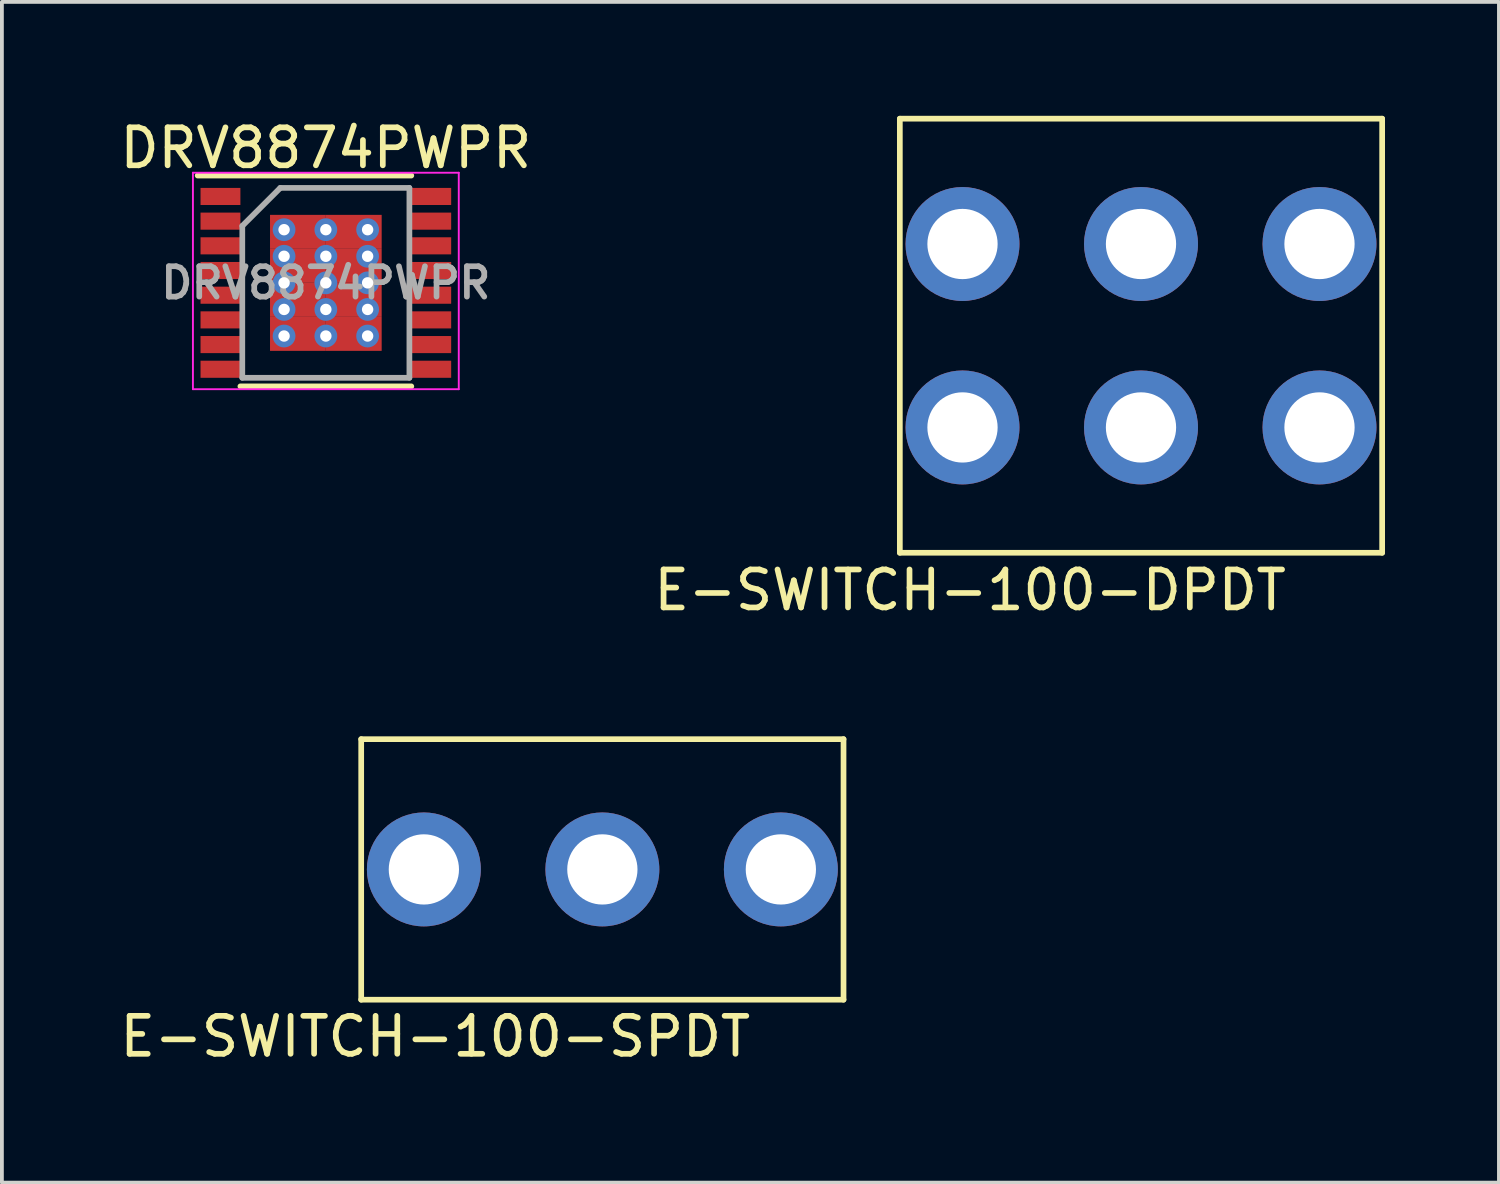
<source format=kicad_pcb>
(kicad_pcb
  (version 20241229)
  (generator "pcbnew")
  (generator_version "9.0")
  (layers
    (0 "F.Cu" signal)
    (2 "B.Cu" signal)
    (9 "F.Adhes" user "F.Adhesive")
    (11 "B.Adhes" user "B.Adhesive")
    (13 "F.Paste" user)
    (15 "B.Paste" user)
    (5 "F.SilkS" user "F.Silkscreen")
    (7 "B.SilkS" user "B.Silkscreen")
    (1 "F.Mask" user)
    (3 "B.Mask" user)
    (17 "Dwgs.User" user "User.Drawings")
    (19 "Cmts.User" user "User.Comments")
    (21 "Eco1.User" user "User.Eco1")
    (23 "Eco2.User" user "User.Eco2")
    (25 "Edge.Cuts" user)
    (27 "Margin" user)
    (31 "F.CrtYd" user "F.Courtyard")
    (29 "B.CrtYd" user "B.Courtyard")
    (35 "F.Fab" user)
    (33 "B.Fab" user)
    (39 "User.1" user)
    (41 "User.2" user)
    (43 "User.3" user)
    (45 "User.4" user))
  (footprint "E-SWITCH-100-DPDT"
    (layer "F.Cu")
    (at 26.994 5.79)
    (property "Reference" "E-SWITCH-100-DPDT" (at -4.5 6.7 0) (layer "F.SilkS") (effects (font (size 1 1) (thickness 0.15))))
    (attr through_hole)
    (fp_line (start -6.35 -5.715) (end -6.35 5.715) (stroke (width 0.15) (type solid)) (layer "F.SilkS"))
    (fp_line (start -6.35 -5.715) (end 6.35 -5.715) (stroke (width 0.15) (type solid)) (layer "F.SilkS"))
    (fp_line (start -6.35 5.715) (end 6.35 5.715) (stroke (width 0.15) (type solid)) (layer "F.SilkS"))
    (fp_line (start 6.35 -5.715) (end 6.35 5.715) (stroke (width 0.15) (type solid)) (layer "F.SilkS"))
    (pad "1" thru_hole circle (at -4.7 -2.415) (size 3 3) (drill 1.85) (layers "*.Cu" "*.Mask"))
    (pad "2" thru_hole circle (at 0 -2.415) (size 3 3) (drill 1.85) (layers "*.Cu" "*.Mask"))
    (pad "3" thru_hole circle (at 4.7 -2.415) (size 3 3) (drill 1.85) (layers "*.Cu" "*.Mask"))
    (pad "4" thru_hole circle (at -4.7 2.415) (size 3 3) (drill 1.85) (layers "*.Cu" "*.Mask"))
    (pad "5" thru_hole circle (at 0 2.415) (size 3 3) (drill 1.85) (layers "*.Cu" "*.Mask"))
    (pad "6" thru_hole circle (at 4.7 2.415) (size 3 3) (drill 1.85) (layers "*.Cu" "*.Mask")))
  (footprint "E-SWITCH-100-SPDT"
    (layer "F.Cu")
    (at 12.811 19.843)
    (property "Reference" "E-SWITCH-100-SPDT" (at -4.4 4.4 0) (layer "F.SilkS") (effects (font (size 1 1) (thickness 0.15))))
    (attr through_hole)
    (fp_line (start -6.35 -3.43) (end -6.35 3.43) (stroke (width 0.15) (type solid)) (layer "F.SilkS"))
    (fp_line (start -6.35 -3.43) (end 6.35 -3.43) (stroke (width 0.15) (type solid)) (layer "F.SilkS"))
    (fp_line (start -6.35 3.43) (end 6.35 3.43) (stroke (width 0.15) (type solid)) (layer "F.SilkS"))
    (fp_line (start 6.35 -3.43) (end 6.35 3.43) (stroke (width 0.15) (type solid)) (layer "F.SilkS"))
    (pad "1" thru_hole circle (at -4.7 0) (size 3 3) (drill 1.85) (layers "*.Cu" "*.Mask"))
    (pad "2" thru_hole circle (at 0 0) (size 3 3) (drill 1.85) (layers "*.Cu" "*.Mask"))
    (pad "3" thru_hole circle (at 4.7 0) (size 3 3) (drill 1.85) (layers "*.Cu" "*.Mask")))
  (footprint "DRV8874PWPR"
    (layer "F.Cu")
    (at 5.53 4.398)
    (property "Reference" "DRV8874PWPR" (at 0 -3.55 0) (layer "F.SilkS") (effects (font (size 1 1) (thickness 0.15))))
    (attr smd)
    (fp_line (start -3.375 -2.825) (end 2.25 -2.825) (stroke (width 0.15) (type solid)) (layer "F.SilkS"))
    (fp_line (start -2.25 2.725) (end 2.25 2.725) (stroke (width 0.15) (type solid)) (layer "F.SilkS"))
    (fp_line (start -3.5 -2.9) (end -3.5 2.8) (stroke (width 0.05) (type solid)) (layer "F.CrtYd"))
    (fp_line (start -3.5 -2.9) (end 3.5 -2.9) (stroke (width 0.05) (type solid)) (layer "F.CrtYd"))
    (fp_line (start -3.5 2.8) (end 3.5 2.8) (stroke (width 0.05) (type solid)) (layer "F.CrtYd"))
    (fp_line (start 3.5 -2.9) (end 3.5 2.8) (stroke (width 0.05) (type solid)) (layer "F.CrtYd"))
    (fp_line (start -2.2 -1.5) (end -1.2 -2.5) (stroke (width 0.15) (type solid)) (layer "F.Fab"))
    (fp_line (start -2.2 2.5) (end -2.2 -1.5) (stroke (width 0.15) (type solid)) (layer "F.Fab"))
    (fp_line (start -1.2 -2.5) (end 2.2 -2.5) (stroke (width 0.15) (type solid)) (layer "F.Fab"))
    (fp_line (start 2.2 -2.5) (end 2.2 2.5) (stroke (width 0.15) (type solid)) (layer "F.Fab"))
    (fp_line (start 2.2 2.5) (end -2.2 2.5) (stroke (width 0.15) (type solid)) (layer "F.Fab"))
    (fp_text user "${REFERENCE}" (at 0 0 0) (layer "F.Fab") (effects (font (size 0.8 0.8) (thickness 0.15))))
    (pad "1" smd rect (at -2.775 -2.275) (size 1.05 0.45) (layers "F.Cu" "F.Mask" "F.Paste"))
    (pad "2" smd rect (at -2.775 -1.625) (size 1.05 0.45) (layers "F.Cu" "F.Mask" "F.Paste"))
    (pad "3" smd rect (at -2.775 -0.975) (size 1.05 0.45) (layers "F.Cu" "F.Mask" "F.Paste"))
    (pad "4" smd rect (at -2.775 -0.325) (size 1.05 0.45) (layers "F.Cu" "F.Mask" "F.Paste"))
    (pad "5" smd rect (at -2.775 0.325) (size 1.05 0.45) (layers "F.Cu" "F.Mask" "F.Paste"))
    (pad "6" smd rect (at -2.775 0.975) (size 1.05 0.45) (layers "F.Cu" "F.Mask" "F.Paste"))
    (pad "7" smd rect (at -2.775 1.625) (size 1.05 0.45) (layers "F.Cu" "F.Mask" "F.Paste"))
    (pad "8" smd rect (at -2.775 2.275) (size 1.05 0.45) (layers "F.Cu" "F.Mask" "F.Paste"))
    (pad "9" smd rect (at 2.775 2.275) (size 1.05 0.45) (layers "F.Cu" "F.Mask" "F.Paste"))
    (pad "10" smd rect (at 2.775 1.625) (size 1.05 0.45) (layers "F.Cu" "F.Mask" "F.Paste"))
    (pad "11" smd rect (at 2.775 0.975) (size 1.05 0.45) (layers "F.Cu" "F.Mask" "F.Paste"))
    (pad "12" smd rect (at 2.775 0.325) (size 1.05 0.45) (layers "F.Cu" "F.Mask" "F.Paste"))
    (pad "13" smd rect (at 2.775 -0.325) (size 1.05 0.45) (layers "F.Cu" "F.Mask" "F.Paste"))
    (pad "14" smd rect (at 2.775 -0.975) (size 1.05 0.45) (layers "F.Cu" "F.Mask" "F.Paste"))
    (pad "15" smd rect (at 2.775 -1.625) (size 1.05 0.45) (layers "F.Cu" "F.Mask" "F.Paste"))
    (pad "16" smd rect (at 2.775 -2.275) (size 1.05 0.45) (layers "F.Cu" "F.Mask" "F.Paste"))
    (pad "17" thru_hole circle (at -1.1 -1.4) (size 0.6 0.6) (drill 0.3) (layers "*.Cu"))
    (pad "17" thru_hole circle (at -1.1 -0.7) (size 0.6 0.6) (drill 0.3) (layers "*.Cu"))
    (pad "17" thru_hole circle (at -1.1 0) (size 0.6 0.6) (drill 0.3) (layers "*.Cu"))
    (pad "17" thru_hole circle (at -1.1 0.7) (size 0.6 0.6) (drill 0.3) (layers "*.Cu"))
    (pad "17" thru_hole circle (at -1.1 1.4) (size 0.6 0.6) (drill 0.3) (layers "*.Cu"))
    (pad "17" smd rect (at -0.735 -1.343) (size 1.47 0.895) (layers "F.Cu" "F.Mask" "F.Paste"))
    (pad "17" smd rect (at -0.735 -0.448) (size 1.47 0.895) (layers "F.Cu" "F.Mask" "F.Paste"))
    (pad "17" smd rect (at -0.735 0.448) (size 1.47 0.895) (layers "F.Cu" "F.Mask" "F.Paste"))
    (pad "17" smd rect (at -0.735 1.343) (size 1.47 0.895) (layers "F.Cu" "F.Mask" "F.Paste"))
    (pad "17" thru_hole circle (at 0 -1.4) (size 0.6 0.6) (drill 0.3) (layers "*.Cu"))
    (pad "17" thru_hole circle (at 0 -0.7) (size 0.6 0.6) (drill 0.3) (layers "*.Cu"))
    (pad "17" thru_hole circle (at 0 0) (size 0.6 0.6) (drill 0.3) (layers "*.Cu"))
    (pad "17" thru_hole circle (at 0 0.7) (size 0.6 0.6) (drill 0.3) (layers "*.Cu"))
    (pad "17" thru_hole circle (at 0 1.4) (size 0.6 0.6) (drill 0.3) (layers "*.Cu"))
    (pad "17" smd rect (at 0.735 -1.343) (size 1.47 0.895) (layers "F.Cu" "F.Mask" "F.Paste"))
    (pad "17" smd rect (at 0.735 -0.448) (size 1.47 0.895) (layers "F.Cu" "F.Mask" "F.Paste"))
    (pad "17" smd rect (at 0.735 0.448) (size 1.47 0.895) (layers "F.Cu" "F.Mask" "F.Paste"))
    (pad "17" smd rect (at 0.735 1.343) (size 1.47 0.895) (layers "F.Cu" "F.Mask" "F.Paste"))
    (pad "17" thru_hole circle (at 1.1 -1.4) (size 0.6 0.6) (drill 0.3) (layers "*.Cu"))
    (pad "17" thru_hole circle (at 1.1 -0.7) (size 0.6 0.6) (drill 0.3) (layers "*.Cu"))
    (pad "17" thru_hole circle (at 1.1 0) (size 0.6 0.6) (drill 0.3) (layers "*.Cu"))
    (pad "17" thru_hole circle (at 1.1 0.7) (size 0.6 0.6) (drill 0.3) (layers "*.Cu"))
    (pad "17" thru_hole circle (at 1.1 1.4) (size 0.6 0.6) (drill 0.3) (layers "*.Cu")))
  (gr_rect
    (start -3 -3)
    (end 36.419 28.091)
    (stroke (width 0.1) (type default))
    (fill no)
    (layer "Edge.Cuts")))
</source>
